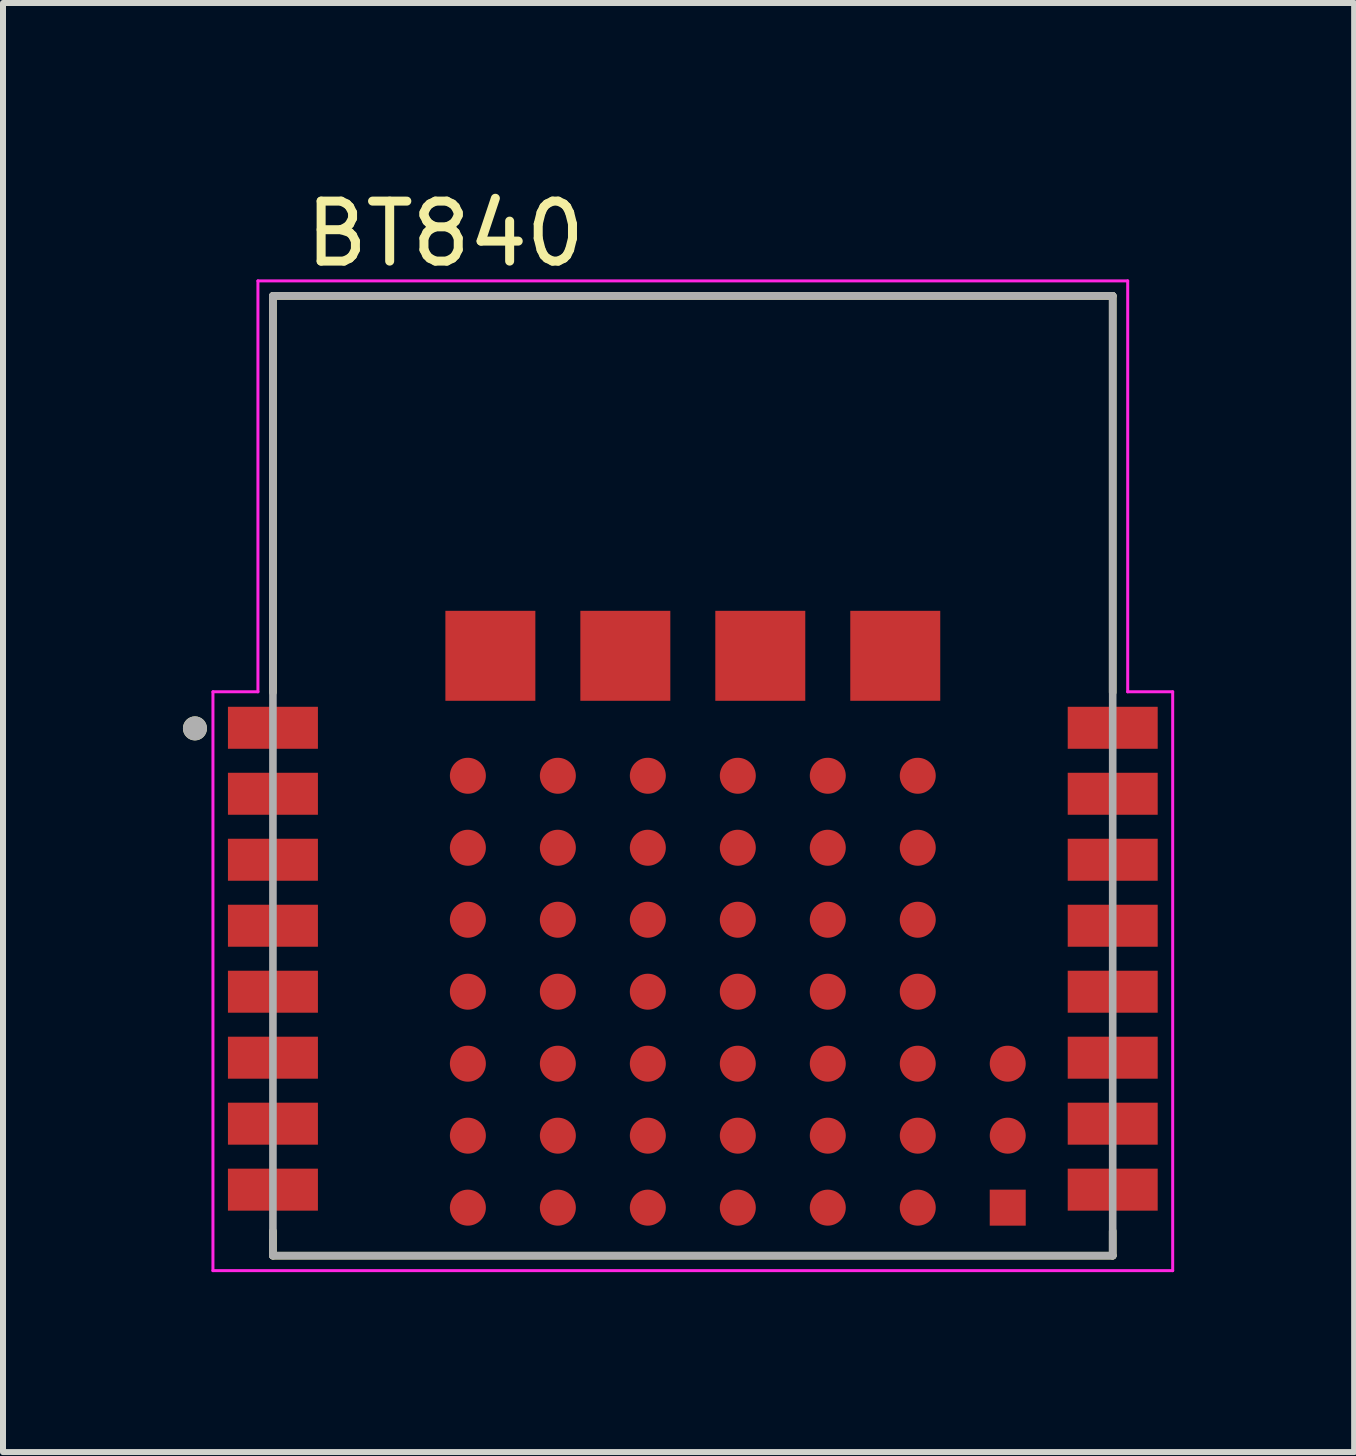
<source format=kicad_pcb>
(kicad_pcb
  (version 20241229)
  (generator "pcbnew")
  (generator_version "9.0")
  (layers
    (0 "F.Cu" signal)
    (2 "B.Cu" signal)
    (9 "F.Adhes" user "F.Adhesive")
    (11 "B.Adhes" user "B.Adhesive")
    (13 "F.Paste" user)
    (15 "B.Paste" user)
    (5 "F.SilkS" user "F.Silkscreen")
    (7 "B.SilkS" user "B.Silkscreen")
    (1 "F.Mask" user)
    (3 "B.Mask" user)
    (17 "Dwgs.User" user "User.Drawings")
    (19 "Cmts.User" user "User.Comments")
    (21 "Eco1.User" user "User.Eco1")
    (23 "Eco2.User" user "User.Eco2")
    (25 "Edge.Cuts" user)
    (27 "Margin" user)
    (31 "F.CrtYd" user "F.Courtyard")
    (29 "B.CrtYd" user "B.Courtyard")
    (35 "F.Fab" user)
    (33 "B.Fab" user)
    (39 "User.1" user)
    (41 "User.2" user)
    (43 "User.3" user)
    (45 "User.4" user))
  (footprint "BT840"
    (layer "F.Cu")
    (at 8.5 9.883)
    (property "Reference" "BT840" (at -4.125 -9.035 0) (layer "F.SilkS") (effects (font (size 1 1) (thickness 0.15))))
    (attr through_hole)
    (fp_line (start -7 -8) (end -7 -1.39) (stroke (width 0.127) (type solid)) (layer "F.SilkS"))
    (fp_line (start -7 -8) (end 7 -8) (stroke (width 0.127) (type solid)) (layer "F.SilkS"))
    (fp_line (start -7 7.59) (end -7 8) (stroke (width 0.127) (type solid)) (layer "F.SilkS"))
    (fp_line (start -7 8) (end 7 8) (stroke (width 0.127) (type solid)) (layer "F.SilkS"))
    (fp_line (start 7 -8) (end 7 -1.39) (stroke (width 0.127) (type solid)) (layer "F.SilkS"))
    (fp_line (start 7 8) (end 7 7.59) (stroke (width 0.127) (type solid)) (layer "F.SilkS"))
    (fp_circle (center -8.3 -0.79) (end -8.2 -0.79) (stroke (width 0.2) (type solid)) (fill no) (layer "F.SilkS"))
    (fp_line (start -8 -1.4) (end -8 8.25) (stroke (width 0.05) (type solid)) (layer "F.CrtYd"))
    (fp_line (start -8 -1.4) (end -7.25 -1.4) (stroke (width 0.05) (type solid)) (layer "F.CrtYd"))
    (fp_line (start -7.25 -8.25) (end -7.25 -1.4) (stroke (width 0.05) (type solid)) (layer "F.CrtYd"))
    (fp_line (start -7.25 -8.25) (end 7.25 -8.25) (stroke (width 0.05) (type solid)) (layer "F.CrtYd"))
    (fp_line (start 7.25 -8.25) (end 7.25 -1.4) (stroke (width 0.05) (type solid)) (layer "F.CrtYd"))
    (fp_line (start 7.25 -1.4) (end 8 -1.4) (stroke (width 0.05) (type solid)) (layer "F.CrtYd"))
    (fp_line (start 8 -1.4) (end 8 8.25) (stroke (width 0.05) (type solid)) (layer "F.CrtYd"))
    (fp_line (start 8 8.25) (end -8 8.25) (stroke (width 0.05) (type solid)) (layer "F.CrtYd"))
    (fp_line (start -7 -8) (end 7 -8) (stroke (width 0.127) (type solid)) (layer "F.Fab"))
    (fp_line (start -7 8) (end -7 -8) (stroke (width 0.127) (type solid)) (layer "F.Fab"))
    (fp_line (start 7 -8) (end 7 8) (stroke (width 0.127) (type solid)) (layer "F.Fab"))
    (fp_line (start 7 8) (end -7 8) (stroke (width 0.127) (type solid)) (layer "F.Fab"))
    (fp_circle (center -8.3 -0.79) (end -8.2 -0.79) (stroke (width 0.2) (type solid)) (fill no) (layer "F.Fab"))
    (pad "1" smd rect (at -7 -0.8) (size 1.5 0.7) (layers "F.Cu" "F.Mask" "F.Paste"))
    (pad "2" smd rect (at -7 0.3) (size 1.5 0.7) (layers "F.Cu" "F.Mask" "F.Paste"))
    (pad "3" smd rect (at -7 1.4) (size 1.5 0.7) (layers "F.Cu" "F.Mask" "F.Paste"))
    (pad "4" smd rect (at -7 2.5) (size 1.5 0.7) (layers "F.Cu" "F.Mask" "F.Paste"))
    (pad "5" smd rect (at -7 3.6) (size 1.5 0.7) (layers "F.Cu" "F.Mask" "F.Paste"))
    (pad "6" smd rect (at -7 4.7) (size 1.5 0.7) (layers "F.Cu" "F.Mask" "F.Paste"))
    (pad "7" smd rect (at -7 5.8) (size 1.5 0.7) (layers "F.Cu" "F.Mask" "F.Paste"))
    (pad "8" smd rect (at -7 6.9) (size 1.5 0.7) (layers "F.Cu" "F.Mask" "F.Paste"))
    (pad "9" smd rect (at 7 6.9 180) (size 1.5 0.7) (layers "F.Cu" "F.Mask" "F.Paste"))
    (pad "10" smd rect (at 7 5.8 180) (size 1.5 0.7) (layers "F.Cu" "F.Mask" "F.Paste"))
    (pad "11" smd rect (at 7 4.7 180) (size 1.5 0.7) (layers "F.Cu" "F.Mask" "F.Paste"))
    (pad "12" smd rect (at 7 3.6 180) (size 1.5 0.7) (layers "F.Cu" "F.Mask" "F.Paste"))
    (pad "13" smd rect (at 7 2.5 180) (size 1.5 0.7) (layers "F.Cu" "F.Mask" "F.Paste"))
    (pad "14" smd rect (at 7 1.4 180) (size 1.5 0.7) (layers "F.Cu" "F.Mask" "F.Paste"))
    (pad "15" smd rect (at 7 0.3 180) (size 1.5 0.7) (layers "F.Cu" "F.Mask" "F.Paste"))
    (pad "16" smd rect (at 7 -0.8 180) (size 1.5 0.7) (layers "F.Cu" "F.Mask" "F.Paste"))
    (pad "A0" smd circle (at -2.25 0) (size 0.6 0.6) (layers "F.Cu" "F.Mask" "F.Paste"))
    (pad "A1" smd circle (at -2.25 1.2) (size 0.6 0.6) (layers "F.Cu" "F.Mask" "F.Paste"))
    (pad "A2" smd circle (at -2.25 2.4) (size 0.6 0.6) (layers "F.Cu" "F.Mask" "F.Paste"))
    (pad "A3" smd circle (at -2.25 3.6) (size 0.6 0.6) (layers "F.Cu" "F.Mask" "F.Paste"))
    (pad "A4" smd circle (at -2.25 4.8) (size 0.6 0.6) (layers "F.Cu" "F.Mask" "F.Paste"))
    (pad "A5" smd circle (at -2.25 6) (size 0.6 0.6) (layers "F.Cu" "F.Mask" "F.Paste"))
    (pad "A6" smd circle (at -2.25 7.2) (size 0.6 0.6) (layers "F.Cu" "F.Mask" "F.Paste"))
    (pad "B0" smd circle (at -0.75 0) (size 0.6 0.6) (layers "F.Cu" "F.Mask" "F.Paste"))
    (pad "B1" smd circle (at -0.75 1.2) (size 0.6 0.6) (layers "F.Cu" "F.Mask" "F.Paste"))
    (pad "B2" smd circle (at -0.75 2.4) (size 0.6 0.6) (layers "F.Cu" "F.Mask" "F.Paste"))
    (pad "B3" smd circle (at -0.75 3.6) (size 0.6 0.6) (layers "F.Cu" "F.Mask" "F.Paste"))
    (pad "B4" smd circle (at -0.75 4.8) (size 0.6 0.6) (layers "F.Cu" "F.Mask" "F.Paste"))
    (pad "B5" smd circle (at -0.75 6) (size 0.6 0.6) (layers "F.Cu" "F.Mask" "F.Paste"))
    (pad "B6" smd circle (at -0.75 7.2) (size 0.6 0.6) (layers "F.Cu" "F.Mask" "F.Paste"))
    (pad "C0" smd circle (at 0.75 0) (size 0.6 0.6) (layers "F.Cu" "F.Mask" "F.Paste"))
    (pad "C1" smd circle (at 0.75 1.2) (size 0.6 0.6) (layers "F.Cu" "F.Mask" "F.Paste"))
    (pad "C2" smd circle (at 0.75 2.4) (size 0.6 0.6) (layers "F.Cu" "F.Mask" "F.Paste"))
    (pad "C3" smd circle (at 0.75 3.6) (size 0.6 0.6) (layers "F.Cu" "F.Mask" "F.Paste"))
    (pad "C4" smd circle (at 0.75 4.8) (size 0.6 0.6) (layers "F.Cu" "F.Mask" "F.Paste"))
    (pad "C5" smd circle (at 0.75 6) (size 0.6 0.6) (layers "F.Cu" "F.Mask" "F.Paste"))
    (pad "C6" smd circle (at 0.75 7.2) (size 0.6 0.6) (layers "F.Cu" "F.Mask" "F.Paste"))
    (pad "D0" smd circle (at 2.25 0) (size 0.6 0.6) (layers "F.Cu" "F.Mask" "F.Paste"))
    (pad "D1" smd circle (at 2.25 1.2) (size 0.6 0.6) (layers "F.Cu" "F.Mask" "F.Paste"))
    (pad "D2" smd circle (at 2.25 2.4) (size 0.6 0.6) (layers "F.Cu" "F.Mask" "F.Paste"))
    (pad "D3" smd circle (at 2.25 3.6) (size 0.6 0.6) (layers "F.Cu" "F.Mask" "F.Paste"))
    (pad "D4" smd circle (at 2.25 4.8) (size 0.6 0.6) (layers "F.Cu" "F.Mask" "F.Paste"))
    (pad "D5" smd circle (at 2.25 6) (size 0.6 0.6) (layers "F.Cu" "F.Mask" "F.Paste"))
    (pad "D6" smd circle (at 2.25 7.2) (size 0.6 0.6) (layers "F.Cu" "F.Mask" "F.Paste"))
    (pad "E0" smd circle (at 3.75 0) (size 0.6 0.6) (layers "F.Cu" "F.Mask" "F.Paste"))
    (pad "E1" smd circle (at 3.75 1.2) (size 0.6 0.6) (layers "F.Cu" "F.Mask" "F.Paste"))
    (pad "E2" smd circle (at 3.75 2.4) (size 0.6 0.6) (layers "F.Cu" "F.Mask" "F.Paste"))
    (pad "E3" smd circle (at 3.75 3.6) (size 0.6 0.6) (layers "F.Cu" "F.Mask" "F.Paste"))
    (pad "E4" smd circle (at 3.75 4.8) (size 0.6 0.6) (layers "F.Cu" "F.Mask" "F.Paste"))
    (pad "E5" smd circle (at 3.75 6) (size 0.6 0.6) (layers "F.Cu" "F.Mask" "F.Paste"))
    (pad "E6" smd circle (at 3.75 7.2) (size 0.6 0.6) (layers "F.Cu" "F.Mask" "F.Paste"))
    (pad "F0" smd rect (at -3.375 -2) (size 1.5 1.5) (layers "F.Cu" "F.Mask" "F.Paste"))
    (pad "F1" smd rect (at -1.125 -2) (size 1.5 1.5) (layers "F.Cu" "F.Mask" "F.Paste"))
    (pad "F2" smd rect (at 1.125 -2) (size 1.5 1.5) (layers "F.Cu" "F.Mask" "F.Paste"))
    (pad "F3" smd rect (at 3.375 -2) (size 1.5 1.5) (layers "F.Cu" "F.Mask" "F.Paste"))
    (pad "F4" smd circle (at 5.25 4.8) (size 0.6 0.6) (layers "F.Cu" "F.Mask" "F.Paste"))
    (pad "F5" smd circle (at 5.25 6) (size 0.6 0.6) (layers "F.Cu" "F.Mask" "F.Paste"))
    (pad "F6" smd rect (at 5.25 7.2) (size 0.6 0.6) (layers "F.Cu" "F.Mask" "F.Paste"))
    (pad "Z0" smd circle (at -3.75 0) (size 0.6 0.6) (layers "F.Cu" "F.Mask" "F.Paste"))
    (pad "Z1" smd circle (at -3.75 1.2) (size 0.6 0.6) (layers "F.Cu" "F.Mask" "F.Paste"))
    (pad "Z2" smd circle (at -3.75 2.4) (size 0.6 0.6) (layers "F.Cu" "F.Mask" "F.Paste"))
    (pad "Z3" smd circle (at -3.75 3.6) (size 0.6 0.6) (layers "F.Cu" "F.Mask" "F.Paste"))
    (pad "Z4" smd circle (at -3.75 4.8) (size 0.6 0.6) (layers "F.Cu" "F.Mask" "F.Paste"))
    (pad "Z5" smd circle (at -3.75 6) (size 0.6 0.6) (layers "F.Cu" "F.Mask" "F.Paste"))
    (pad "Z6" smd circle (at -3.75 7.2) (size 0.6 0.6) (layers "F.Cu" "F.Mask" "F.Paste"))
    (zone (net_name "") (layer "F.Cu") (hatch full 0.508) (connect_pads) (min_thickness 0.01) (filled_areas_thickness no) (keepout (tracks not_allowed) (vias not_allowed) (pads not_allowed) (copperpour not_allowed) (footprints allowed)) (placement (enabled no)) (fill) (polygon (pts (xy 1.5 1.883) (xy 15.5 1.883) (xy 15.5 6.883) (xy 1.5 6.883))))
    (zone (net_name "") (layers "F.Cu" "B.Cu") (hatch full 0.508) (connect_pads) (min_thickness 0.01) (filled_areas_thickness no) (keepout (tracks allowed) (vias not_allowed) (pads allowed) (copperpour allowed) (footprints allowed)) (placement (enabled no)) (fill) (polygon (pts (xy 1.5 1.883) (xy 15.5 1.883) (xy 15.5 6.883) (xy 1.5 6.883)))))
  (gr_rect
    (start -3 -3)
    (end 19.525 21.158)
    (stroke (width 0.1) (type default))
    (fill no)
    (layer "Edge.Cuts")))
</source>
